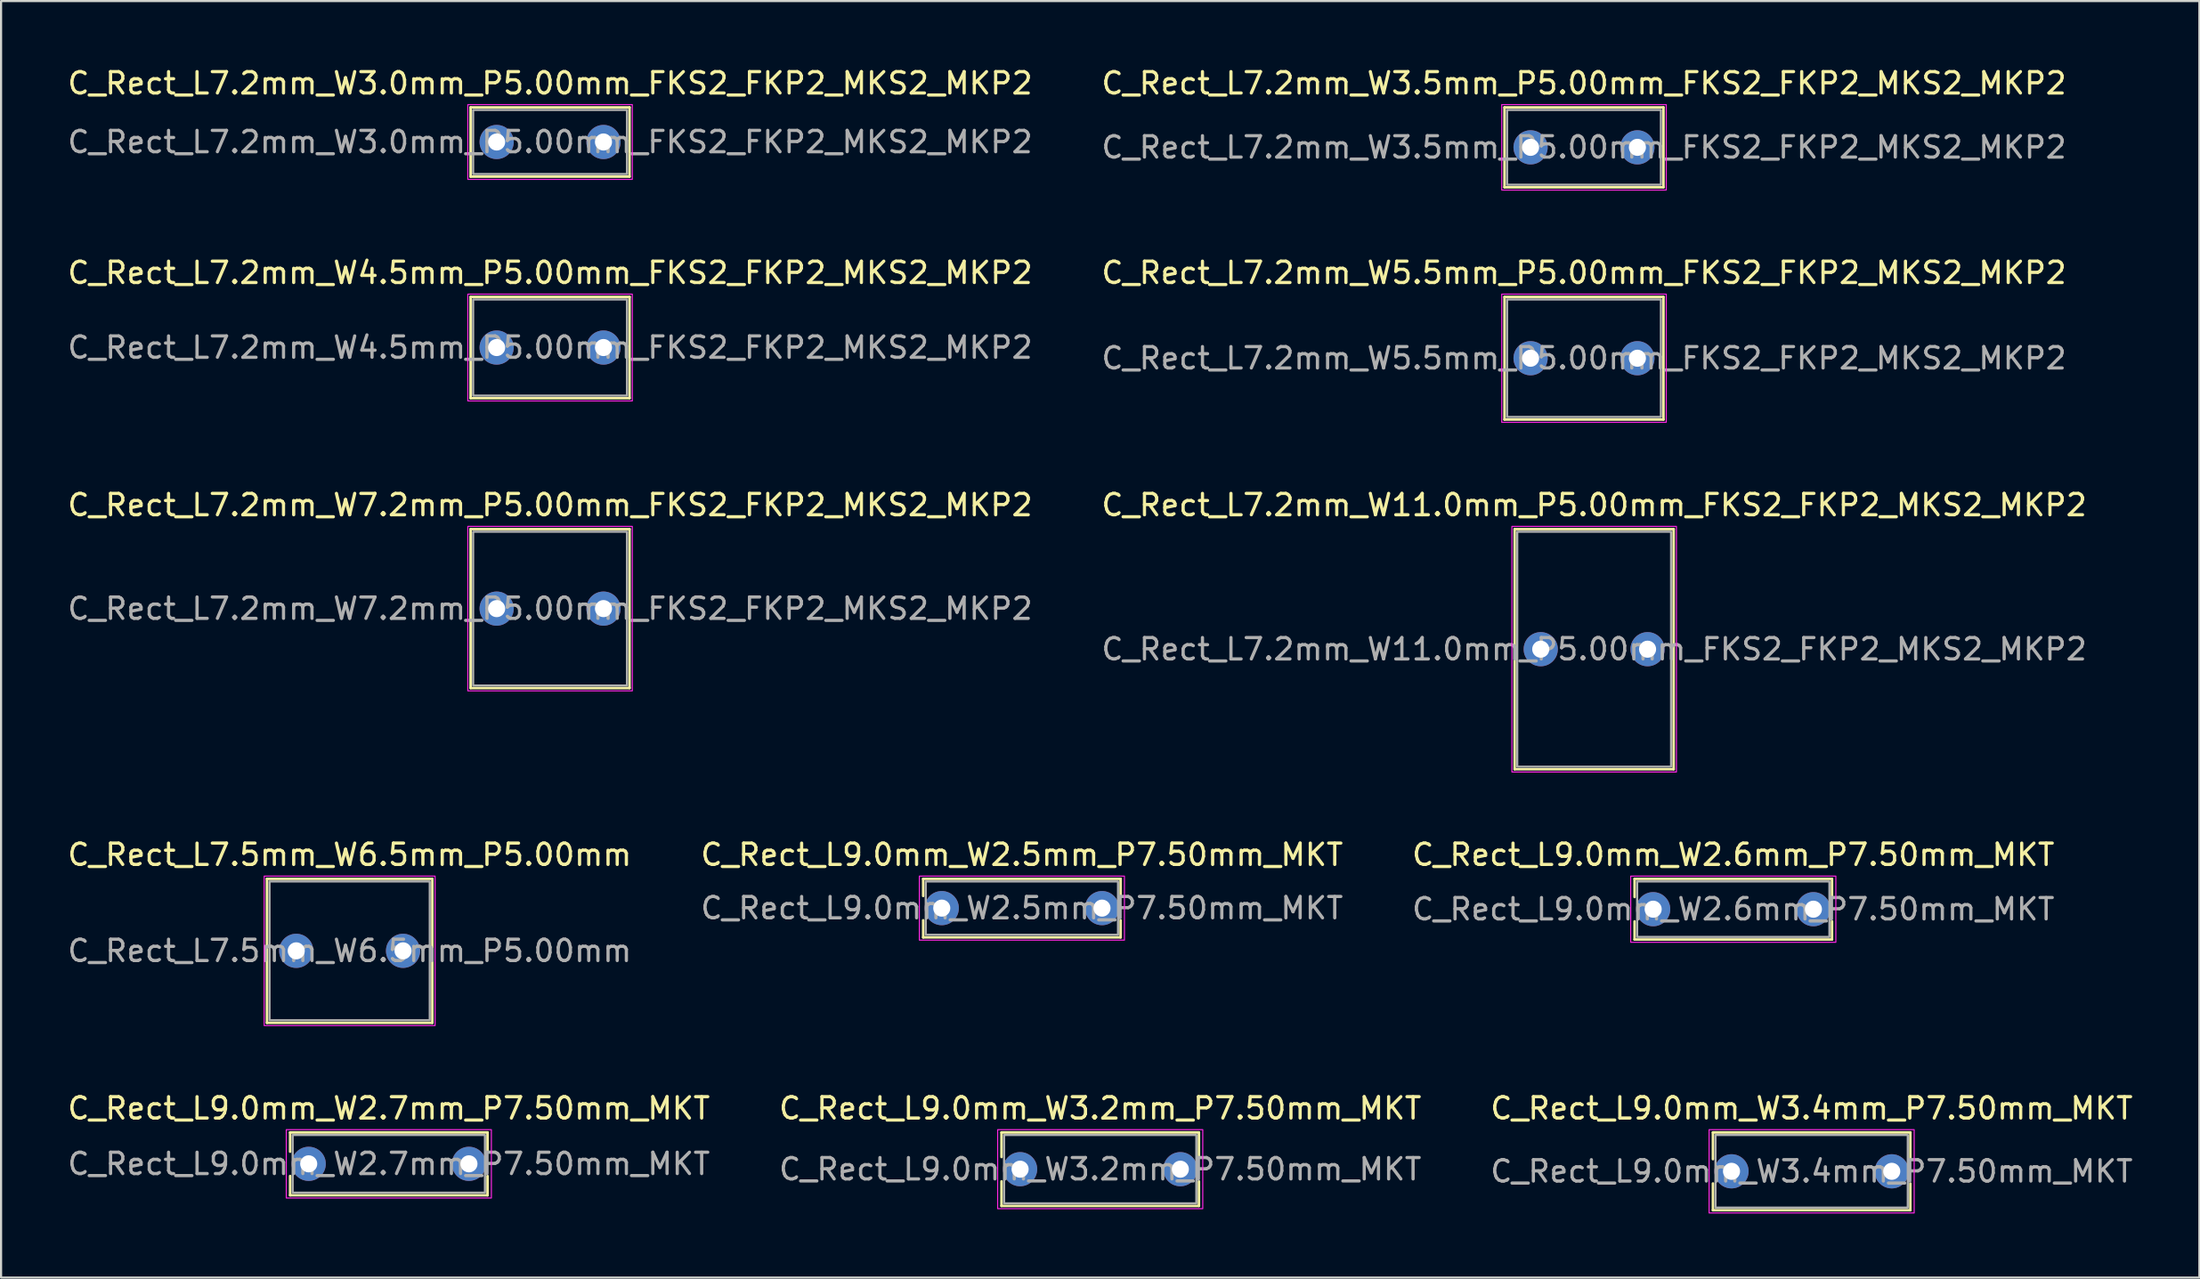
<source format=kicad_pcb>
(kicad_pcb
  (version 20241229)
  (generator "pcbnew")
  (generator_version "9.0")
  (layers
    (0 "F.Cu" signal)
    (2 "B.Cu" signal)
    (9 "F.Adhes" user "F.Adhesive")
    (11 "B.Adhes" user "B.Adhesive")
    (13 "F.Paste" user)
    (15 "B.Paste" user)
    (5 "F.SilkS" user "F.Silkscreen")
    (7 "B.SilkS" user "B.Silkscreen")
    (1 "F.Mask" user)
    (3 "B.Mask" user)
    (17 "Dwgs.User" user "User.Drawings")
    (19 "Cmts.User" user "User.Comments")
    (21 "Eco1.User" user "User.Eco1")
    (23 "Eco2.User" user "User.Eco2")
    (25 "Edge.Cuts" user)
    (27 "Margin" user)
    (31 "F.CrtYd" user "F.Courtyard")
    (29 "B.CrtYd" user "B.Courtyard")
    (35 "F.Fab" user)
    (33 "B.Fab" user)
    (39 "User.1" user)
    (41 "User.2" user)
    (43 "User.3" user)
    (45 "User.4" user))
  (footprint "C_Rect_L7.2mm_W5.5mm_P5.00mm_FKS2_FKP2_MKS2_MKP2"
    (layer "F.Cu")
    (at 68.589 13.722)
    (property "Reference" "C_Rect_L7.2mm_W5.5mm_P5.00mm_FKS2_FKP2_MKS2_MKP2" (at 2.5 -4 0) (layer "F.SilkS") (effects (font (size 1 1) (thickness 0.15))))
    (attr through_hole)
    (fp_line (start -1.22 -2.87) (end -1.22 2.87) (stroke (width 0.12) (type solid)) (layer "F.SilkS"))
    (fp_line (start -1.22 -2.87) (end 6.22 -2.87) (stroke (width 0.12) (type solid)) (layer "F.SilkS"))
    (fp_line (start -1.22 2.87) (end 6.22 2.87) (stroke (width 0.12) (type solid)) (layer "F.SilkS"))
    (fp_line (start 6.22 -2.87) (end 6.22 2.87) (stroke (width 0.12) (type solid)) (layer "F.SilkS"))
    (fp_rect (start -1.35 -3) (end 6.35 3) (stroke (width 0.05) (type solid)) (fill no) (layer "F.CrtYd"))
    (fp_rect (start -1.1 -2.75) (end 6.1 2.75) (stroke (width 0.1) (type solid)) (fill no) (layer "F.Fab"))
    (fp_text user "${REFERENCE}" (at 2.5 0 0) (layer "F.Fab") (effects (font (size 1 1) (thickness 0.15))))
    (pad "1" thru_hole circle (at 0 0) (size 1.6 1.6) (drill 0.8) (layers "*.Cu" "*.Mask"))
    (pad "2" thru_hole circle (at 5 0) (size 1.6 1.6) (drill 0.8) (layers "*.Cu" "*.Mask")))
  (footprint "C_Rect_L9.0mm_W3.4mm_P7.50mm_MKT"
    (layer "F.Cu")
    (at 77.994 51.791)
    (property "Reference" "C_Rect_L9.0mm_W3.4mm_P7.50mm_MKT" (at 3.75 -2.95 0) (layer "F.SilkS") (effects (font (size 1 1) (thickness 0.15))))
    (attr through_hole)
    (fp_line (start -0.87 -1.82) (end -0.87 -0.57) (stroke (width 0.12) (type solid)) (layer "F.SilkS"))
    (fp_line (start -0.87 -1.82) (end 8.37 -1.82) (stroke (width 0.12) (type solid)) (layer "F.SilkS"))
    (fp_line (start -0.87 0.57) (end -0.87 1.82) (stroke (width 0.12) (type solid)) (layer "F.SilkS"))
    (fp_line (start -0.87 1.82) (end 8.37 1.82) (stroke (width 0.12) (type solid)) (layer "F.SilkS"))
    (fp_line (start 8.37 -1.82) (end 8.37 -0.57) (stroke (width 0.12) (type solid)) (layer "F.SilkS"))
    (fp_line (start 8.37 0.57) (end 8.37 1.82) (stroke (width 0.12) (type solid)) (layer "F.SilkS"))
    (fp_rect (start -1.05 -1.95) (end 8.55 1.95) (stroke (width 0.05) (type solid)) (fill no) (layer "F.CrtYd"))
    (fp_rect (start -0.75 -1.7) (end 8.25 1.7) (stroke (width 0.1) (type solid)) (fill no) (layer "F.Fab"))
    (fp_text user "${REFERENCE}" (at 3.75 0 0) (layer "F.Fab") (effects (font (size 1 1) (thickness 0.15))))
    (pad "1" thru_hole circle (at 0 0) (size 1.6 1.6) (drill 0.8) (layers "*.Cu" "*.Mask"))
    (pad "2" thru_hole circle (at 7.5 0) (size 1.6 1.6) (drill 0.8) (layers "*.Cu" "*.Mask")))
  (footprint "C_Rect_L7.5mm_W6.5mm_P5.00mm"
    (layer "F.Cu")
    (at 10.815 41.468)
    (property "Reference" "C_Rect_L7.5mm_W6.5mm_P5.00mm" (at 2.5 -4.5 0) (layer "F.SilkS") (effects (font (size 1 1) (thickness 0.15))))
    (attr through_hole)
    (fp_line (start -1.37 -3.37) (end -1.37 3.37) (stroke (width 0.12) (type solid)) (layer "F.SilkS"))
    (fp_line (start -1.37 -3.37) (end 6.37 -3.37) (stroke (width 0.12) (type solid)) (layer "F.SilkS"))
    (fp_line (start -1.37 3.37) (end 6.37 3.37) (stroke (width 0.12) (type solid)) (layer "F.SilkS"))
    (fp_line (start 6.37 -3.37) (end 6.37 3.37) (stroke (width 0.12) (type solid)) (layer "F.SilkS"))
    (fp_rect (start -1.5 -3.5) (end 6.5 3.5) (stroke (width 0.05) (type solid)) (fill no) (layer "F.CrtYd"))
    (fp_rect (start -1.25 -3.25) (end 6.25 3.25) (stroke (width 0.1) (type solid)) (fill no) (layer "F.Fab"))
    (fp_text user "${REFERENCE}" (at 2.5 0 0) (layer "F.Fab") (effects (font (size 1 1) (thickness 0.15))))
    (pad "1" thru_hole circle (at 0 0) (size 1.6 1.6) (drill 0.8) (layers "*.Cu" "*.Mask"))
    (pad "2" thru_hole circle (at 5 0) (size 1.6 1.6) (drill 0.8) (layers "*.Cu" "*.Mask")))
  (footprint "C_Rect_L7.2mm_W7.2mm_P5.00mm_FKS2_FKP2_MKS2_MKP2"
    (layer "F.Cu")
    (at 20.196 25.445)
    (property "Reference" "C_Rect_L7.2mm_W7.2mm_P5.00mm_FKS2_FKP2_MKS2_MKP2" (at 2.5 -4.85 0) (layer "F.SilkS") (effects (font (size 1 1) (thickness 0.15))))
    (attr through_hole)
    (fp_line (start -1.22 -3.72) (end -1.22 3.72) (stroke (width 0.12) (type solid)) (layer "F.SilkS"))
    (fp_line (start -1.22 -3.72) (end 6.22 -3.72) (stroke (width 0.12) (type solid)) (layer "F.SilkS"))
    (fp_line (start -1.22 3.72) (end 6.22 3.72) (stroke (width 0.12) (type solid)) (layer "F.SilkS"))
    (fp_line (start 6.22 -3.72) (end 6.22 3.72) (stroke (width 0.12) (type solid)) (layer "F.SilkS"))
    (fp_rect (start -1.35 -3.85) (end 6.35 3.85) (stroke (width 0.05) (type solid)) (fill no) (layer "F.CrtYd"))
    (fp_rect (start -1.1 -3.6) (end 6.1 3.6) (stroke (width 0.1) (type solid)) (fill no) (layer "F.Fab"))
    (fp_text user "${REFERENCE}" (at 2.5 0 0) (layer "F.Fab") (effects (font (size 1 1) (thickness 0.15))))
    (pad "1" thru_hole circle (at 0 0) (size 1.6 1.6) (drill 0.8) (layers "*.Cu" "*.Mask"))
    (pad "2" thru_hole circle (at 5 0) (size 1.6 1.6) (drill 0.8) (layers "*.Cu" "*.Mask")))
  (footprint "C_Rect_L7.2mm_W4.5mm_P5.00mm_FKS2_FKP2_MKS2_MKP2"
    (layer "F.Cu")
    (at 20.196 13.222)
    (property "Reference" "C_Rect_L7.2mm_W4.5mm_P5.00mm_FKS2_FKP2_MKS2_MKP2" (at 2.5 -3.5 0) (layer "F.SilkS") (effects (font (size 1 1) (thickness 0.15))))
    (attr through_hole)
    (fp_line (start -1.22 -2.37) (end -1.22 2.37) (stroke (width 0.12) (type solid)) (layer "F.SilkS"))
    (fp_line (start -1.22 -2.37) (end 6.22 -2.37) (stroke (width 0.12) (type solid)) (layer "F.SilkS"))
    (fp_line (start -1.22 2.37) (end 6.22 2.37) (stroke (width 0.12) (type solid)) (layer "F.SilkS"))
    (fp_line (start 6.22 -2.37) (end 6.22 2.37) (stroke (width 0.12) (type solid)) (layer "F.SilkS"))
    (fp_rect (start -1.35 -2.5) (end 6.35 2.5) (stroke (width 0.05) (type solid)) (fill no) (layer "F.CrtYd"))
    (fp_rect (start -1.1 -2.25) (end 6.1 2.25) (stroke (width 0.1) (type solid)) (fill no) (layer "F.Fab"))
    (fp_text user "${REFERENCE}" (at 2.5 0 0) (layer "F.Fab") (effects (font (size 1 1) (thickness 0.15))))
    (pad "1" thru_hole circle (at 0 0) (size 1.6 1.6) (drill 0.8) (layers "*.Cu" "*.Mask"))
    (pad "2" thru_hole circle (at 5 0) (size 1.6 1.6) (drill 0.8) (layers "*.Cu" "*.Mask")))
  (footprint "C_Rect_L7.2mm_W3.5mm_P5.00mm_FKS2_FKP2_MKS2_MKP2"
    (layer "F.Cu")
    (at 68.589 3.848)
    (property "Reference" "C_Rect_L7.2mm_W3.5mm_P5.00mm_FKS2_FKP2_MKS2_MKP2" (at 2.5 -3 0) (layer "F.SilkS") (effects (font (size 1 1) (thickness 0.15))))
    (attr through_hole)
    (fp_line (start -1.22 -1.87) (end -1.22 1.87) (stroke (width 0.12) (type solid)) (layer "F.SilkS"))
    (fp_line (start -1.22 -1.87) (end 6.22 -1.87) (stroke (width 0.12) (type solid)) (layer "F.SilkS"))
    (fp_line (start -1.22 1.87) (end 6.22 1.87) (stroke (width 0.12) (type solid)) (layer "F.SilkS"))
    (fp_line (start 6.22 -1.87) (end 6.22 1.87) (stroke (width 0.12) (type solid)) (layer "F.SilkS"))
    (fp_rect (start -1.35 -2) (end 6.35 2) (stroke (width 0.05) (type solid)) (fill no) (layer "F.CrtYd"))
    (fp_rect (start -1.1 -1.75) (end 6.1 1.75) (stroke (width 0.1) (type solid)) (fill no) (layer "F.Fab"))
    (fp_text user "${REFERENCE}" (at 2.5 0 0) (layer "F.Fab") (effects (font (size 1 1) (thickness 0.15))))
    (pad "1" thru_hole circle (at 0 0) (size 1.6 1.6) (drill 0.8) (layers "*.Cu" "*.Mask"))
    (pad "2" thru_hole circle (at 5 0) (size 1.6 1.6) (drill 0.8) (layers "*.Cu" "*.Mask")))
  (footprint "C_Rect_L9.0mm_W3.2mm_P7.50mm_MKT"
    (layer "F.Cu")
    (at 44.696 51.691)
    (property "Reference" "C_Rect_L9.0mm_W3.2mm_P7.50mm_MKT" (at 3.75 -2.85 0) (layer "F.SilkS") (effects (font (size 1 1) (thickness 0.15))))
    (attr through_hole)
    (fp_line (start -0.87 -1.72) (end -0.87 -0.57) (stroke (width 0.12) (type solid)) (layer "F.SilkS"))
    (fp_line (start -0.87 -1.72) (end 8.37 -1.72) (stroke (width 0.12) (type solid)) (layer "F.SilkS"))
    (fp_line (start -0.87 0.57) (end -0.87 1.72) (stroke (width 0.12) (type solid)) (layer "F.SilkS"))
    (fp_line (start -0.87 1.72) (end 8.37 1.72) (stroke (width 0.12) (type solid)) (layer "F.SilkS"))
    (fp_line (start 8.37 -1.72) (end 8.37 -0.57) (stroke (width 0.12) (type solid)) (layer "F.SilkS"))
    (fp_line (start 8.37 0.57) (end 8.37 1.72) (stroke (width 0.12) (type solid)) (layer "F.SilkS"))
    (fp_rect (start -1.05 -1.85) (end 8.55 1.85) (stroke (width 0.05) (type solid)) (fill no) (layer "F.CrtYd"))
    (fp_rect (start -0.75 -1.6) (end 8.25 1.6) (stroke (width 0.1) (type solid)) (fill no) (layer "F.Fab"))
    (fp_text user "${REFERENCE}" (at 3.75 0 0) (layer "F.Fab") (effects (font (size 1 1) (thickness 0.15))))
    (pad "1" thru_hole circle (at 0 0) (size 1.6 1.6) (drill 0.8) (layers "*.Cu" "*.Mask"))
    (pad "2" thru_hole circle (at 7.5 0) (size 1.6 1.6) (drill 0.8) (layers "*.Cu" "*.Mask")))
  (footprint "C_Rect_L7.2mm_W11.0mm_P5.00mm_FKS2_FKP2_MKS2_MKP2"
    (layer "F.Cu")
    (at 69.065 27.345)
    (property "Reference" "C_Rect_L7.2mm_W11.0mm_P5.00mm_FKS2_FKP2_MKS2_MKP2" (at 2.5 -6.75 0) (layer "F.SilkS") (effects (font (size 1 1) (thickness 0.15))))
    (attr through_hole)
    (fp_line (start -1.22 -5.62) (end -1.22 5.62) (stroke (width 0.12) (type solid)) (layer "F.SilkS"))
    (fp_line (start -1.22 -5.62) (end 6.22 -5.62) (stroke (width 0.12) (type solid)) (layer "F.SilkS"))
    (fp_line (start -1.22 5.62) (end 6.22 5.62) (stroke (width 0.12) (type solid)) (layer "F.SilkS"))
    (fp_line (start 6.22 -5.62) (end 6.22 5.62) (stroke (width 0.12) (type solid)) (layer "F.SilkS"))
    (fp_rect (start -1.35 -5.75) (end 6.35 5.75) (stroke (width 0.05) (type solid)) (fill no) (layer "F.CrtYd"))
    (fp_rect (start -1.1 -5.5) (end 6.1 5.5) (stroke (width 0.1) (type solid)) (fill no) (layer "F.Fab"))
    (fp_text user "${REFERENCE}" (at 2.5 0 0) (layer "F.Fab") (effects (font (size 1 1) (thickness 0.15))))
    (pad "1" thru_hole circle (at 0 0) (size 1.6 1.6) (drill 0.8) (layers "*.Cu" "*.Mask"))
    (pad "2" thru_hole circle (at 5 0) (size 1.6 1.6) (drill 0.8) (layers "*.Cu" "*.Mask")))
  (footprint "C_Rect_L9.0mm_W2.5mm_P7.50mm_MKT"
    (layer "F.Cu")
    (at 41.03 39.468)
    (property "Reference" "C_Rect_L9.0mm_W2.5mm_P7.50mm_MKT" (at 3.75 -2.5 0) (layer "F.SilkS") (effects (font (size 1 1) (thickness 0.15))))
    (attr through_hole)
    (fp_line (start -0.87 -1.37) (end -0.87 -0.57) (stroke (width 0.12) (type solid)) (layer "F.SilkS"))
    (fp_line (start -0.87 -1.37) (end 8.37 -1.37) (stroke (width 0.12) (type solid)) (layer "F.SilkS"))
    (fp_line (start -0.87 0.57) (end -0.87 1.37) (stroke (width 0.12) (type solid)) (layer "F.SilkS"))
    (fp_line (start -0.87 1.37) (end 8.37 1.37) (stroke (width 0.12) (type solid)) (layer "F.SilkS"))
    (fp_line (start 8.37 -1.37) (end 8.37 -0.57) (stroke (width 0.12) (type solid)) (layer "F.SilkS"))
    (fp_line (start 8.37 0.57) (end 8.37 1.37) (stroke (width 0.12) (type solid)) (layer "F.SilkS"))
    (fp_rect (start -1.05 -1.5) (end 8.55 1.5) (stroke (width 0.05) (type solid)) (fill no) (layer "F.CrtYd"))
    (fp_rect (start -0.75 -1.25) (end 8.25 1.25) (stroke (width 0.1) (type solid)) (fill no) (layer "F.Fab"))
    (fp_text user "${REFERENCE}" (at 3.75 0 0) (layer "F.Fab") (effects (font (size 1 1) (thickness 0.15))))
    (pad "1" thru_hole circle (at 0 0) (size 1.6 1.6) (drill 0.8) (layers "*.Cu" "*.Mask"))
    (pad "2" thru_hole circle (at 7.5 0) (size 1.6 1.6) (drill 0.8) (layers "*.Cu" "*.Mask")))
  (footprint "C_Rect_L9.0mm_W2.7mm_P7.50mm_MKT"
    (layer "F.Cu")
    (at 11.399 51.441)
    (property "Reference" "C_Rect_L9.0mm_W2.7mm_P7.50mm_MKT" (at 3.75 -2.6 0) (layer "F.SilkS") (effects (font (size 1 1) (thickness 0.15))))
    (attr through_hole)
    (fp_line (start -0.87 -1.47) (end -0.87 -0.57) (stroke (width 0.12) (type solid)) (layer "F.SilkS"))
    (fp_line (start -0.87 -1.47) (end 8.37 -1.47) (stroke (width 0.12) (type solid)) (layer "F.SilkS"))
    (fp_line (start -0.87 0.57) (end -0.87 1.47) (stroke (width 0.12) (type solid)) (layer "F.SilkS"))
    (fp_line (start -0.87 1.47) (end 8.37 1.47) (stroke (width 0.12) (type solid)) (layer "F.SilkS"))
    (fp_line (start 8.37 -1.47) (end 8.37 -0.57) (stroke (width 0.12) (type solid)) (layer "F.SilkS"))
    (fp_line (start 8.37 0.57) (end 8.37 1.47) (stroke (width 0.12) (type solid)) (layer "F.SilkS"))
    (fp_rect (start -1.05 -1.6) (end 8.55 1.6) (stroke (width 0.05) (type solid)) (fill no) (layer "F.CrtYd"))
    (fp_rect (start -0.75 -1.35) (end 8.25 1.35) (stroke (width 0.1) (type solid)) (fill no) (layer "F.Fab"))
    (fp_text user "${REFERENCE}" (at 3.75 0 0) (layer "F.Fab") (effects (font (size 1 1) (thickness 0.15))))
    (pad "1" thru_hole circle (at 0 0) (size 1.6 1.6) (drill 0.8) (layers "*.Cu" "*.Mask"))
    (pad "2" thru_hole circle (at 7.5 0) (size 1.6 1.6) (drill 0.8) (layers "*.Cu" "*.Mask")))
  (footprint "C_Rect_L7.2mm_W3.0mm_P5.00mm_FKS2_FKP2_MKS2_MKP2"
    (layer "F.Cu")
    (at 20.196 3.598)
    (property "Reference" "C_Rect_L7.2mm_W3.0mm_P5.00mm_FKS2_FKP2_MKS2_MKP2" (at 2.5 -2.75 0) (layer "F.SilkS") (effects (font (size 1 1) (thickness 0.15))))
    (attr through_hole)
    (fp_line (start -1.22 -1.62) (end -1.22 1.62) (stroke (width 0.12) (type solid)) (layer "F.SilkS"))
    (fp_line (start -1.22 -1.62) (end 6.22 -1.62) (stroke (width 0.12) (type solid)) (layer "F.SilkS"))
    (fp_line (start -1.22 1.62) (end 6.22 1.62) (stroke (width 0.12) (type solid)) (layer "F.SilkS"))
    (fp_line (start 6.22 -1.62) (end 6.22 1.62) (stroke (width 0.12) (type solid)) (layer "F.SilkS"))
    (fp_rect (start -1.35 -1.75) (end 6.35 1.75) (stroke (width 0.05) (type solid)) (fill no) (layer "F.CrtYd"))
    (fp_rect (start -1.1 -1.5) (end 6.1 1.5) (stroke (width 0.1) (type solid)) (fill no) (layer "F.Fab"))
    (fp_text user "${REFERENCE}" (at 2.5 0 0) (layer "F.Fab") (effects (font (size 1 1) (thickness 0.15))))
    (pad "1" thru_hole circle (at 0 0) (size 1.6 1.6) (drill 0.8) (layers "*.Cu" "*.Mask"))
    (pad "2" thru_hole circle (at 5 0) (size 1.6 1.6) (drill 0.8) (layers "*.Cu" "*.Mask")))
  (footprint "C_Rect_L9.0mm_W2.6mm_P7.50mm_MKT"
    (layer "F.Cu")
    (at 74.327 39.518)
    (property "Reference" "C_Rect_L9.0mm_W2.6mm_P7.50mm_MKT" (at 3.75 -2.55 0) (layer "F.SilkS") (effects (font (size 1 1) (thickness 0.15))))
    (attr through_hole)
    (fp_line (start -0.87 -1.42) (end -0.87 -0.57) (stroke (width 0.12) (type solid)) (layer "F.SilkS"))
    (fp_line (start -0.87 -1.42) (end 8.37 -1.42) (stroke (width 0.12) (type solid)) (layer "F.SilkS"))
    (fp_line (start -0.87 0.57) (end -0.87 1.42) (stroke (width 0.12) (type solid)) (layer "F.SilkS"))
    (fp_line (start -0.87 1.42) (end 8.37 1.42) (stroke (width 0.12) (type solid)) (layer "F.SilkS"))
    (fp_line (start 8.37 -1.42) (end 8.37 -0.57) (stroke (width 0.12) (type solid)) (layer "F.SilkS"))
    (fp_line (start 8.37 0.57) (end 8.37 1.42) (stroke (width 0.12) (type solid)) (layer "F.SilkS"))
    (fp_rect (start -1.05 -1.55) (end 8.55 1.55) (stroke (width 0.05) (type solid)) (fill no) (layer "F.CrtYd"))
    (fp_rect (start -0.75 -1.3) (end 8.25 1.3) (stroke (width 0.1) (type solid)) (fill no) (layer "F.Fab"))
    (fp_text user "${REFERENCE}" (at 3.75 0 0) (layer "F.Fab") (effects (font (size 1 1) (thickness 0.15))))
    (pad "1" thru_hole circle (at 0 0) (size 1.6 1.6) (drill 0.8) (layers "*.Cu" "*.Mask"))
    (pad "2" thru_hole circle (at 7.5 0) (size 1.6 1.6) (drill 0.8) (layers "*.Cu" "*.Mask")))
  (gr_rect
    (start -3 -3)
    (end 99.893 56.766)
    (stroke (width 0.1) (type default))
    (fill no)
    (layer "Edge.Cuts")))
</source>
